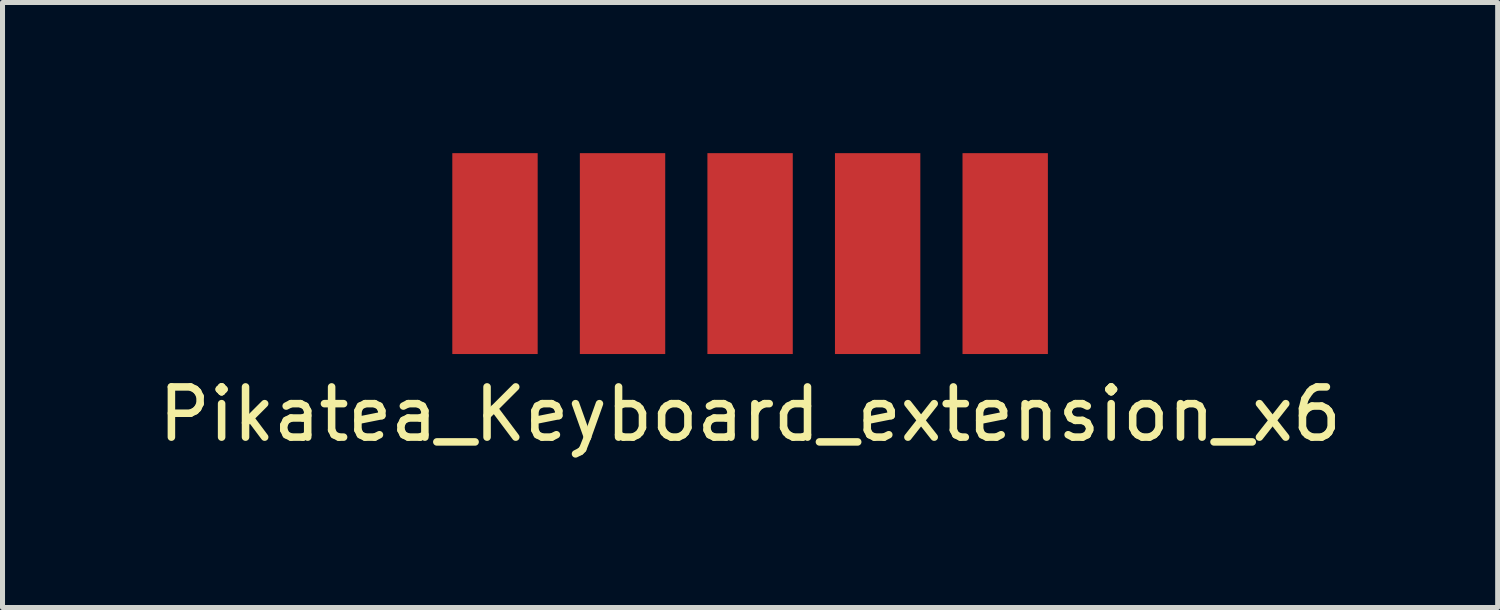
<source format=kicad_pcb>
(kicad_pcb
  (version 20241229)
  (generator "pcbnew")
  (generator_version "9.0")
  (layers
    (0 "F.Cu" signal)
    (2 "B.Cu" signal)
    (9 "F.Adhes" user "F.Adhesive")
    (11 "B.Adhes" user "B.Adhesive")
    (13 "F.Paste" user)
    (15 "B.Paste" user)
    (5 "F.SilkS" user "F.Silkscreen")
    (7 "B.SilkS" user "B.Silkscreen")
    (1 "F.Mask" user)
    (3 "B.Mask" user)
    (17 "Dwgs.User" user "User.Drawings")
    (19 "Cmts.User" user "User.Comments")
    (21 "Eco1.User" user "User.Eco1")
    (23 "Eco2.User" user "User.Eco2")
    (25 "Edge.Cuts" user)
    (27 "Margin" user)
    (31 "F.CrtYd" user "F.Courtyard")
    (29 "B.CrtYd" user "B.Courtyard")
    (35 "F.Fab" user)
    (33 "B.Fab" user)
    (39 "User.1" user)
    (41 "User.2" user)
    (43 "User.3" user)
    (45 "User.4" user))
  (footprint "Pikatea_Keyboard_extension_x6"
    (layer "F.Cu")
    (at 11.887 2)
    (property "Reference" "Pikatea_Keyboard_extension_x6" (at 0 3.2 0) (layer "F.SilkS") (effects (font (size 1 1) (thickness 0.15))))
    (attr through_hole)
    (pad "1" smd rect (at -5.08 0) (size 1.7 4) (layers "F.Cu" "F.Mask" "F.Paste"))
    (pad "2" smd rect (at -2.54 0) (size 1.7 4) (layers "F.Cu" "F.Mask" "F.Paste"))
    (pad "3" smd rect (at 0 0) (size 1.7 4) (layers "F.Cu" "F.Mask" "F.Paste"))
    (pad "4" smd rect (at 2.54 0) (size 1.7 4) (layers "F.Cu" "F.Mask" "F.Paste"))
    (pad "5" smd rect (at 5.08 0) (size 1.7 4) (layers "F.Cu" "F.Mask" "F.Paste")))
  (gr_rect
    (start -3 -3)
    (end 26.774 9.048)
    (stroke (width 0.1) (type default))
    (fill no)
    (layer "Edge.Cuts")))
</source>
